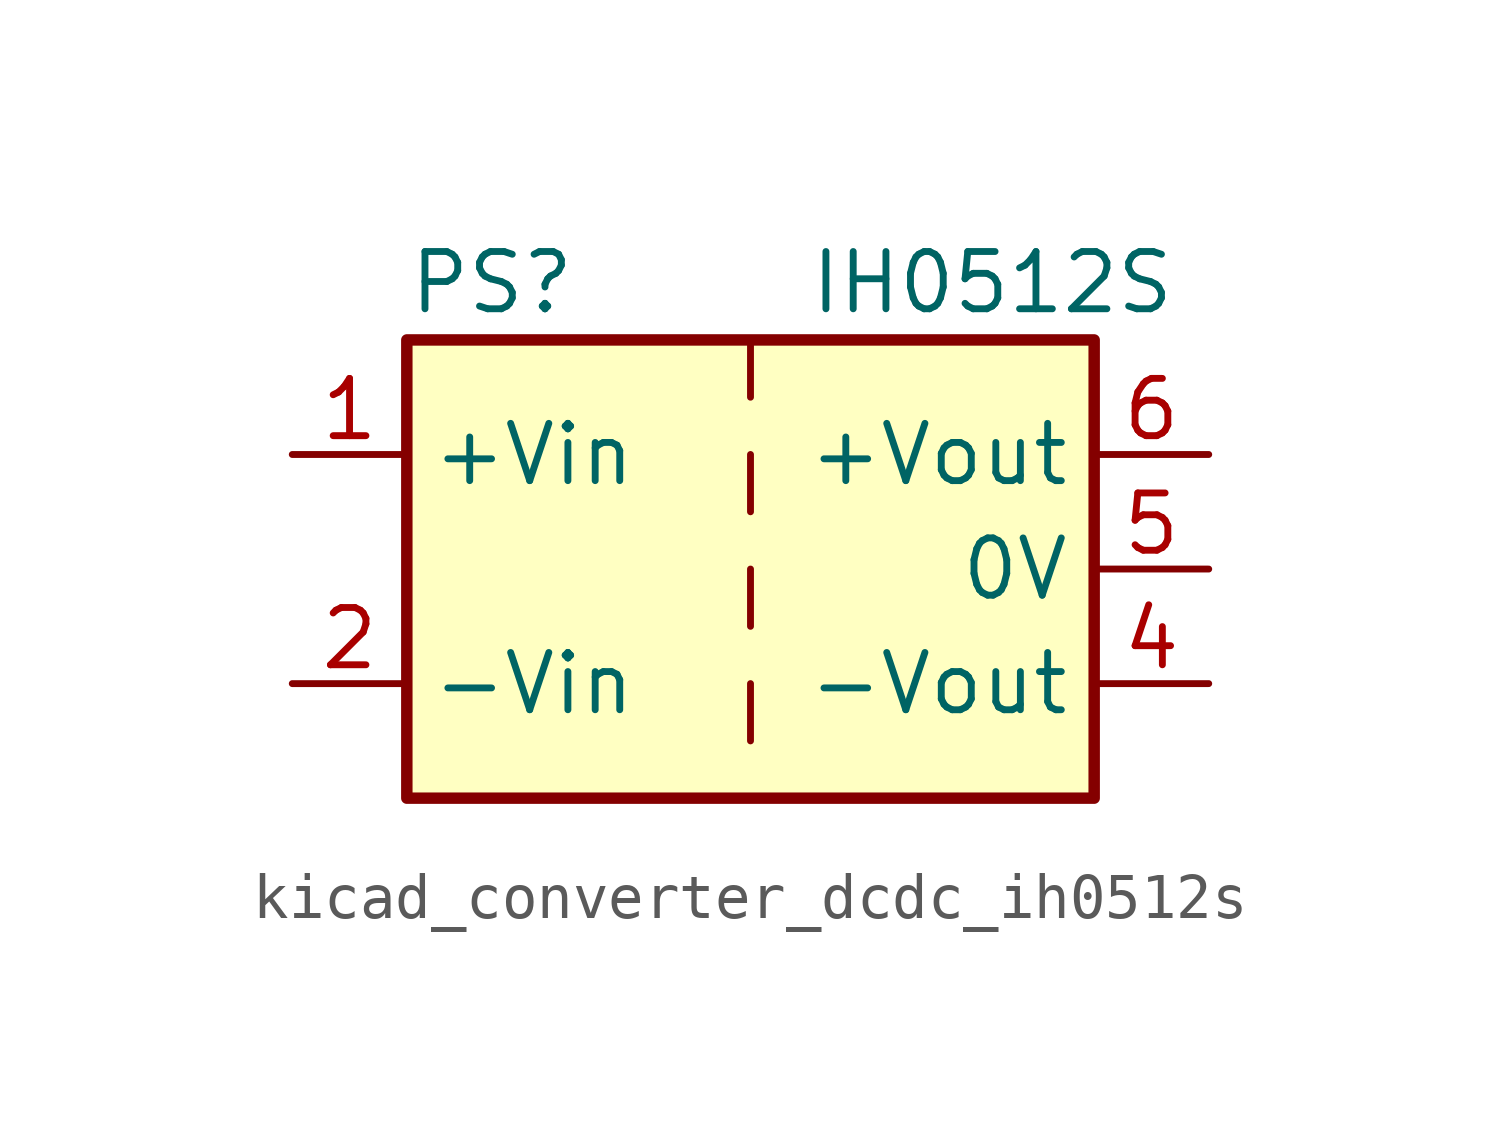
<source format=kicad_sym>
(kicad_symbol_lib
  (version 20220914)
  (generator kicad_symbol_editor)
  (symbol "kicad_converter_dcdc_ih0512s"
    (property "Reference" "PS"
      (at -7.62 6.35 0)
      (effects (font (size 1.27 1.27)) (justify left)))
    (property "Value" "IH0512S"
      (at 1.27 6.35 0)
      (effects (font (size 1.27 1.27)) (justify left)))
    (symbol "kicad_converter_dcdc_ih0512s_0_0"
      (pin power_in line (at -10.16 2.54 0) (length 2.54) (name "+Vin" (effects (font (size 1.27 1.27)))) (number "1" (effects (font (size 1.27 1.27)))))
      (pin power_in line (at -10.16 -2.54 0) (length 2.54) (name "-Vin" (effects (font (size 1.27 1.27)))) (number "2" (effects (font (size 1.27 1.27)))))
      (pin power_out line (at 10.16 -2.54 180) (length 2.54) (name "-Vout" (effects (font (size 1.27 1.27)))) (number "4" (effects (font (size 1.27 1.27)))))
      (pin power_out line (at 10.16 0 180) (length 2.54) (name "0V" (effects (font (size 1.27 1.27)))) (number "5" (effects (font (size 1.27 1.27)))))
      (pin power_out line (at 10.16 2.54 180) (length 2.54) (name "+Vout" (effects (font (size 1.27 1.27)))) (number "6" (effects (font (size 1.27 1.27))))))
    (symbol "kicad_converter_dcdc_ih0512s_0_1"
      (rectangle (start -7.62 5.08) (end 7.62 -5.08) (stroke (width 0.254) (type default)) (fill (type background)))
      (polyline (pts (xy 0 -2.54) (xy 0 -3.81)) (stroke (width 0) (type default)) (fill (type none)))
      (polyline (pts (xy 0 0) (xy 0 -1.27)) (stroke (width 0) (type default)) (fill (type none)))
      (polyline (pts (xy 0 2.54) (xy 0 1.27)) (stroke (width 0) (type default)) (fill (type none)))
      (polyline (pts (xy 0 5.08) (xy 0 3.81)) (stroke (width 0) (type default)) (fill (type none))))))
</source>
